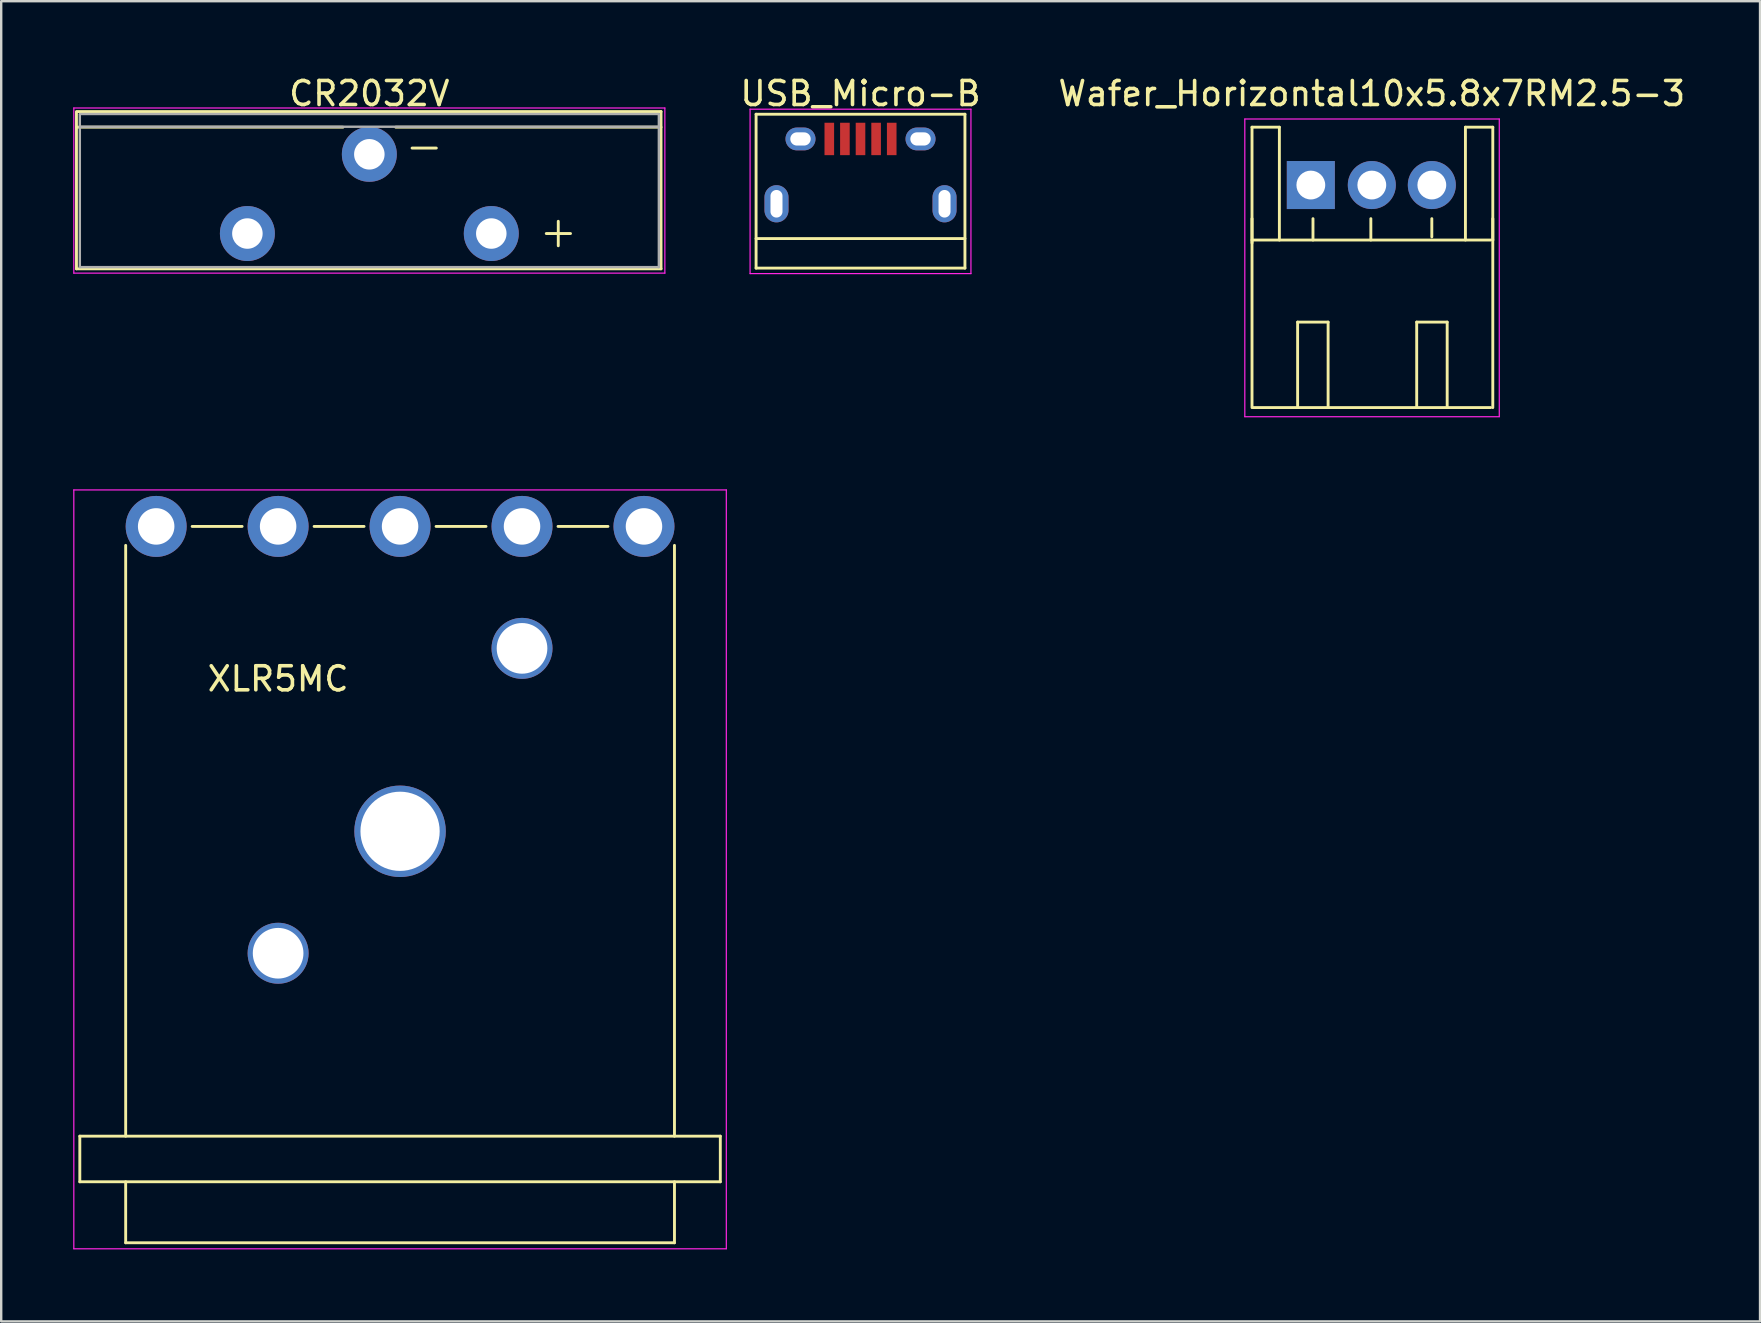
<source format=kicad_pcb>
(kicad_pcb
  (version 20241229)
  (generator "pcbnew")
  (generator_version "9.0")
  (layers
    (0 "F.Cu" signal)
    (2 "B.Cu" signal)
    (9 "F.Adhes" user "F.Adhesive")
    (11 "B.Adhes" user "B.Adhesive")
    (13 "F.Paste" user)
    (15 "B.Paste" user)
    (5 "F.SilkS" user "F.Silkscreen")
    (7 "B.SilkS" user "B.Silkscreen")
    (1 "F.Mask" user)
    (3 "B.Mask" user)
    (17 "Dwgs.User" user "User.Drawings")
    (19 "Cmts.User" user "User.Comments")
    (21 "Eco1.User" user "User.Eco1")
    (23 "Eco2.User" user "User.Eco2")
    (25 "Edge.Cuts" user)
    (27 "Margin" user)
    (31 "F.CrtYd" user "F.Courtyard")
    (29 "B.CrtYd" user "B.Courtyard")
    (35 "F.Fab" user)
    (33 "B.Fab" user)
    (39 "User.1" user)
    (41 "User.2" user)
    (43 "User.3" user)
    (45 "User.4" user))
  (footprint "USB_Micro-B"
    (layer "F.Cu")
    (at 32.795 4.088)
    (property "Reference" "USB_Micro-B" (at 0 -3.24 0) (layer "F.SilkS") (effects (font (size 1 1) (thickness 0.15))))
    (attr smd)
    (fp_line (start -4.35 -2.38) (end 4.35 -2.38) (stroke (width 0.12) (type solid)) (layer "F.SilkS"))
    (fp_line (start -4.35 4.03) (end -4.35 -2.38) (stroke (width 0.12) (type solid)) (layer "F.SilkS"))
    (fp_line (start -4.35 4.03) (end 4.35 4.03) (stroke (width 0.12) (type solid)) (layer "F.SilkS"))
    (fp_line (start 4.35 -2.38) (end 4.35 4.03) (stroke (width 0.12) (type solid)) (layer "F.SilkS"))
    (fp_line (start 4.35 2.8) (end -4.35 2.8) (stroke (width 0.12) (type solid)) (layer "F.SilkS"))
    (fp_line (start -4.6 -2.59) (end 4.6 -2.59) (stroke (width 0.05) (type solid)) (layer "F.CrtYd"))
    (fp_line (start -4.6 4.26) (end -4.6 -2.59) (stroke (width 0.05) (type solid)) (layer "F.CrtYd"))
    (fp_line (start 4.6 -2.59) (end 4.6 4.26) (stroke (width 0.05) (type solid)) (layer "F.CrtYd"))
    (fp_line (start 4.6 4.26) (end -4.6 4.26) (stroke (width 0.05) (type solid)) (layer "F.CrtYd"))
    (pad "1" smd rect (at -1.3 -1.35 90) (size 1.35 0.4) (layers "F.Cu" "F.Mask" "F.Paste"))
    (pad "2" smd rect (at -0.65 -1.35 90) (size 1.35 0.4) (layers "F.Cu" "F.Mask" "F.Paste"))
    (pad "3" smd rect (at 0 -1.35 90) (size 1.35 0.4) (layers "F.Cu" "F.Mask" "F.Paste"))
    (pad "4" smd rect (at 0.65 -1.35 90) (size 1.35 0.4) (layers "F.Cu" "F.Mask" "F.Paste"))
    (pad "5" smd rect (at 1.3 -1.35 90) (size 1.35 0.4) (layers "F.Cu" "F.Mask" "F.Paste"))
    (pad "6" thru_hole oval (at -3.5 1.35 90) (size 1.55 1) (drill oval 1.15 0.5) (layers "*.Cu" "*.Mask"))
    (pad "6" thru_hole oval (at -2.5 -1.35 90) (size 0.95 1.25) (drill oval 0.55 0.85) (layers "*.Cu" "*.Mask"))
    (pad "6" thru_hole oval (at 2.5 -1.35 90) (size 0.95 1.25) (drill oval 0.55 0.85) (layers "*.Cu" "*.Mask"))
    (pad "6" thru_hole oval (at 3.5 1.35 90) (size 1.55 1) (drill oval 1.15 0.5) (layers "*.Cu" "*.Mask")))
  (footprint "Wafer_Horizontal10x5.8x7RM2.5-3"
    (layer "F.Cu")
    (at 51.553 4.658)
    (property "Reference" "Wafer_Horizontal10x5.8x7RM2.5-3" (at 2.54 -3.81 0) (layer "F.SilkS") (effects (font (size 1 1) (thickness 0.15))))
    (attr through_hole)
    (fp_line (start -2.45 -2.41) (end -1.31 -2.41) (stroke (width 0.12) (type solid)) (layer "F.SilkS"))
    (fp_line (start -2.45 2.29) (end -2.45 1.4) (stroke (width 0.12) (type solid)) (layer "F.SilkS"))
    (fp_line (start -2.45 2.41) (end -2.45 -2.41) (stroke (width 0.12) (type solid)) (layer "F.SilkS"))
    (fp_line (start -2.45 9.27) (end -2.45 2.29) (stroke (width 0.12) (type solid)) (layer "F.SilkS"))
    (fp_line (start -2.41 2.29) (end 7.49 2.29) (stroke (width 0.12) (type solid)) (layer "F.SilkS"))
    (fp_line (start -2.41 9.27) (end 7.49 9.27) (stroke (width 0.12) (type solid)) (layer "F.SilkS"))
    (fp_line (start -1.31 -2.41) (end -1.31 2.29) (stroke (width 0.12) (type solid)) (layer "F.SilkS"))
    (fp_line (start -0.55 5.71) (end 0.72 5.71) (stroke (width 0.12) (type solid)) (layer "F.SilkS"))
    (fp_line (start -0.55 9.27) (end -0.55 5.71) (stroke (width 0.12) (type solid)) (layer "F.SilkS"))
    (fp_line (start 0.09 1.4) (end 0.09 2.29) (stroke (width 0.12) (type solid)) (layer "F.SilkS"))
    (fp_line (start 0.72 5.71) (end 0.72 9.27) (stroke (width 0.12) (type solid)) (layer "F.SilkS"))
    (fp_line (start 2.5 2.29) (end 2.5 1.4) (stroke (width 0.12) (type solid)) (layer "F.SilkS"))
    (fp_line (start 4.41 5.71) (end 5.68 5.71) (stroke (width 0.12) (type solid)) (layer "F.SilkS"))
    (fp_line (start 4.41 9.27) (end 4.41 5.71) (stroke (width 0.12) (type solid)) (layer "F.SilkS"))
    (fp_line (start 5.04 2.16) (end 5.04 1.4) (stroke (width 0.12) (type solid)) (layer "F.SilkS"))
    (fp_line (start 5.68 5.71) (end 5.68 9.27) (stroke (width 0.12) (type solid)) (layer "F.SilkS"))
    (fp_line (start 6.44 -2.41) (end 6.44 2.29) (stroke (width 0.12) (type solid)) (layer "F.SilkS"))
    (fp_line (start 7.58 -2.41) (end 6.44 -2.41) (stroke (width 0.12) (type solid)) (layer "F.SilkS"))
    (fp_line (start 7.58 2.29) (end 7.58 -2.41) (stroke (width 0.12) (type solid)) (layer "F.SilkS"))
    (fp_line (start 7.58 2.29) (end 7.58 1.4) (stroke (width 0.12) (type solid)) (layer "F.SilkS"))
    (fp_line (start 7.58 2.29) (end 7.58 9.27) (stroke (width 0.12) (type solid)) (layer "F.SilkS"))
    (fp_line (start -2.75 -2.75) (end 7.85 -2.75) (stroke (width 0.05) (type solid)) (layer "F.CrtYd"))
    (fp_line (start -2.75 9.65) (end -2.75 -2.75) (stroke (width 0.05) (type solid)) (layer "F.CrtYd"))
    (fp_line (start 7.85 -2.75) (end 7.85 9.65) (stroke (width 0.05) (type solid)) (layer "F.CrtYd"))
    (fp_line (start 7.85 9.65) (end -2.75 9.65) (stroke (width 0.05) (type solid)) (layer "F.CrtYd"))
    (pad "1" thru_hole rect (at 0 0) (size 2 2) (drill 1.2) (layers "*.Cu" "*.Mask"))
    (pad "2" thru_hole circle (at 2.54 0) (size 2 2) (drill 1.2) (layers "*.Cu" "*.Mask"))
    (pad "3" thru_hole circle (at 5.04 0) (size 2 2) (drill 1.2) (layers "*.Cu" "*.Mask")))
  (footprint "XLR5MC"
    (layer "F.Cu")
    (at 3.455 18.878)
    (property "Reference" "XLR5MC" (at 5.08 6.35 0) (layer "F.SilkS") (effects (font (size 1 1) (thickness 0.15))))
    (attr through_hole)
    (fp_line (start -3.18 25.4) (end 23.5 25.4) (stroke (width 0.12) (type solid)) (layer "F.SilkS"))
    (fp_line (start -3.18 27.3) (end -3.18 25.4) (stroke (width 0.12) (type solid)) (layer "F.SilkS"))
    (fp_line (start -1.27 0.79) (end -1.27 25.4) (stroke (width 0.12) (type solid)) (layer "F.SilkS"))
    (fp_line (start -1.27 29.84) (end -1.27 27.3) (stroke (width 0.12) (type solid)) (layer "F.SilkS"))
    (fp_line (start 1.5 0) (end 3.58 0) (stroke (width 0.12) (type solid)) (layer "F.SilkS"))
    (fp_line (start 6.58 0) (end 8.66 0) (stroke (width 0.12) (type solid)) (layer "F.SilkS"))
    (fp_line (start 11.66 0) (end 13.74 0) (stroke (width 0.12) (type solid)) (layer "F.SilkS"))
    (fp_line (start 16.74 0) (end 18.82 0) (stroke (width 0.12) (type solid)) (layer "F.SilkS"))
    (fp_line (start 21.59 0.79) (end 21.59 25.4) (stroke (width 0.12) (type solid)) (layer "F.SilkS"))
    (fp_line (start 21.59 27.3) (end 21.59 29.84) (stroke (width 0.12) (type solid)) (layer "F.SilkS"))
    (fp_line (start 21.59 29.84) (end -1.27 29.84) (stroke (width 0.12) (type solid)) (layer "F.SilkS"))
    (fp_line (start 23.5 27.3) (end -3.18 27.3) (stroke (width 0.12) (type solid)) (layer "F.SilkS"))
    (fp_line (start 23.5 27.3) (end 23.5 25.4) (stroke (width 0.12) (type solid)) (layer "F.SilkS"))
    (fp_line (start -3.43 -1.52) (end -3.43 30.09) (stroke (width 0.05) (type solid)) (layer "F.CrtYd"))
    (fp_line (start -3.43 -1.52) (end 23.75 -1.52) (stroke (width 0.05) (type solid)) (layer "F.CrtYd"))
    (fp_line (start 23.75 30.09) (end -3.43 30.09) (stroke (width 0.05) (type solid)) (layer "F.CrtYd"))
    (fp_line (start 23.75 30.09) (end 23.75 -1.52) (stroke (width 0.05) (type solid)) (layer "F.CrtYd"))
    (pad "" thru_hole circle (at 5.08 17.78) (size 2.54 2.54) (drill 2.11) (layers "*.Cu" "*.Mask"))
    (pad "" thru_hole circle (at 10.16 12.7) (size 3.81 3.81) (drill 3.3) (layers "*.Cu" "*.Mask"))
    (pad "" thru_hole circle (at 15.24 5.08) (size 2.54 2.54) (drill 2.11) (layers "*.Cu" "*.Mask"))
    (pad "1" thru_hole circle (at 0 0) (size 2.54 2.54) (drill 1.52) (layers "*.Cu" "*.Mask"))
    (pad "2" thru_hole circle (at 5.08 0) (size 2.54 2.54) (drill 1.52) (layers "*.Cu" "*.Mask"))
    (pad "3" thru_hole circle (at 10.16 0) (size 2.54 2.54) (drill 1.52) (layers "*.Cu" "*.Mask"))
    (pad "4" thru_hole circle (at 15.24 0) (size 2.54 2.54) (drill 1.52) (layers "*.Cu" "*.Mask"))
    (pad "5" thru_hole circle (at 20.32 0) (size 2.54 2.54) (drill 1.52) (layers "*.Cu" "*.Mask")))
  (footprint "CR2032V"
    (layer "F.Cu")
    (at 7.255 6.678)
    (property "Reference" "CR2032V" (at 5.08 -5.83 0) (layer "F.SilkS") (effects (font (size 1 1) (thickness 0.15))))
    (attr through_hole)
    (fp_line (start -7.12 -4.43) (end 3.98 -4.43) (stroke (width 0.12) (type solid)) (layer "F.SilkS"))
    (fp_line (start -7.12 1.47) (end -7.12 -5.08) (stroke (width 0.12) (type solid)) (layer "F.SilkS"))
    (fp_line (start -7.07 -5.08) (end 17.23 -5.08) (stroke (width 0.12) (type solid)) (layer "F.SilkS"))
    (fp_line (start 6.18 -4.43) (end 17.23 -4.43) (stroke (width 0.12) (type solid)) (layer "F.SilkS"))
    (fp_line (start 6.86 -3.56) (end 7.87 -3.56) (stroke (width 0.12) (type solid)) (layer "F.SilkS"))
    (fp_line (start 12.45 0) (end 13.46 0) (stroke (width 0.12) (type solid)) (layer "F.SilkS"))
    (fp_line (start 12.95 0.51) (end 12.95 -0.51) (stroke (width 0.12) (type solid)) (layer "F.SilkS"))
    (fp_line (start 17.23 -5.08) (end 17.23 1.47) (stroke (width 0.12) (type solid)) (layer "F.SilkS"))
    (fp_line (start 17.23 1.47) (end -7.12 1.47) (stroke (width 0.12) (type solid)) (layer "F.SilkS"))
    (fp_line (start -7.23 -5.23) (end -7.23 1.65) (stroke (width 0.05) (type solid)) (layer "F.CrtYd"))
    (fp_line (start -7.23 -5.23) (end 17.39 -5.23) (stroke (width 0.05) (type solid)) (layer "F.CrtYd"))
    (fp_line (start 17.39 1.65) (end -7.23 1.65) (stroke (width 0.05) (type solid)) (layer "F.CrtYd"))
    (fp_line (start 17.39 1.65) (end 17.39 -5.23) (stroke (width 0.05) (type solid)) (layer "F.CrtYd"))
    (fp_line (start -6.98 -4.98) (end 17.14 -4.98) (stroke (width 0.1) (type solid)) (layer "F.Fab"))
    (fp_line (start -6.98 -4.95) (end -6.98 1.4) (stroke (width 0.1) (type solid)) (layer "F.Fab"))
    (fp_line (start -6.98 1.4) (end 17.14 1.4) (stroke (width 0.1) (type solid)) (layer "F.Fab"))
    (fp_line (start 17.14 -4.45) (end -6.98 -4.45) (stroke (width 0.1) (type solid)) (layer "F.Fab"))
    (fp_line (start 17.14 1.4) (end 17.14 -4.95) (stroke (width 0.1) (type solid)) (layer "F.Fab"))
    (pad "1" thru_hole circle (at 0 0) (size 2.29 2.29) (drill 1.27) (layers "*.Cu" "*.Mask"))
    (pad "1" thru_hole circle (at 10.16 0) (size 2.29 2.29) (drill 1.27) (layers "*.Cu" "*.Mask"))
    (pad "2" thru_hole circle (at 5.08 -3.3) (size 2.29 2.29) (drill 1.27) (layers "*.Cu" "*.Mask")))
  (gr_rect
    (start -3 -3)
    (end 70.265 51.993)
    (stroke (width 0.1) (type default))
    (fill no)
    (layer "Edge.Cuts")))
</source>
